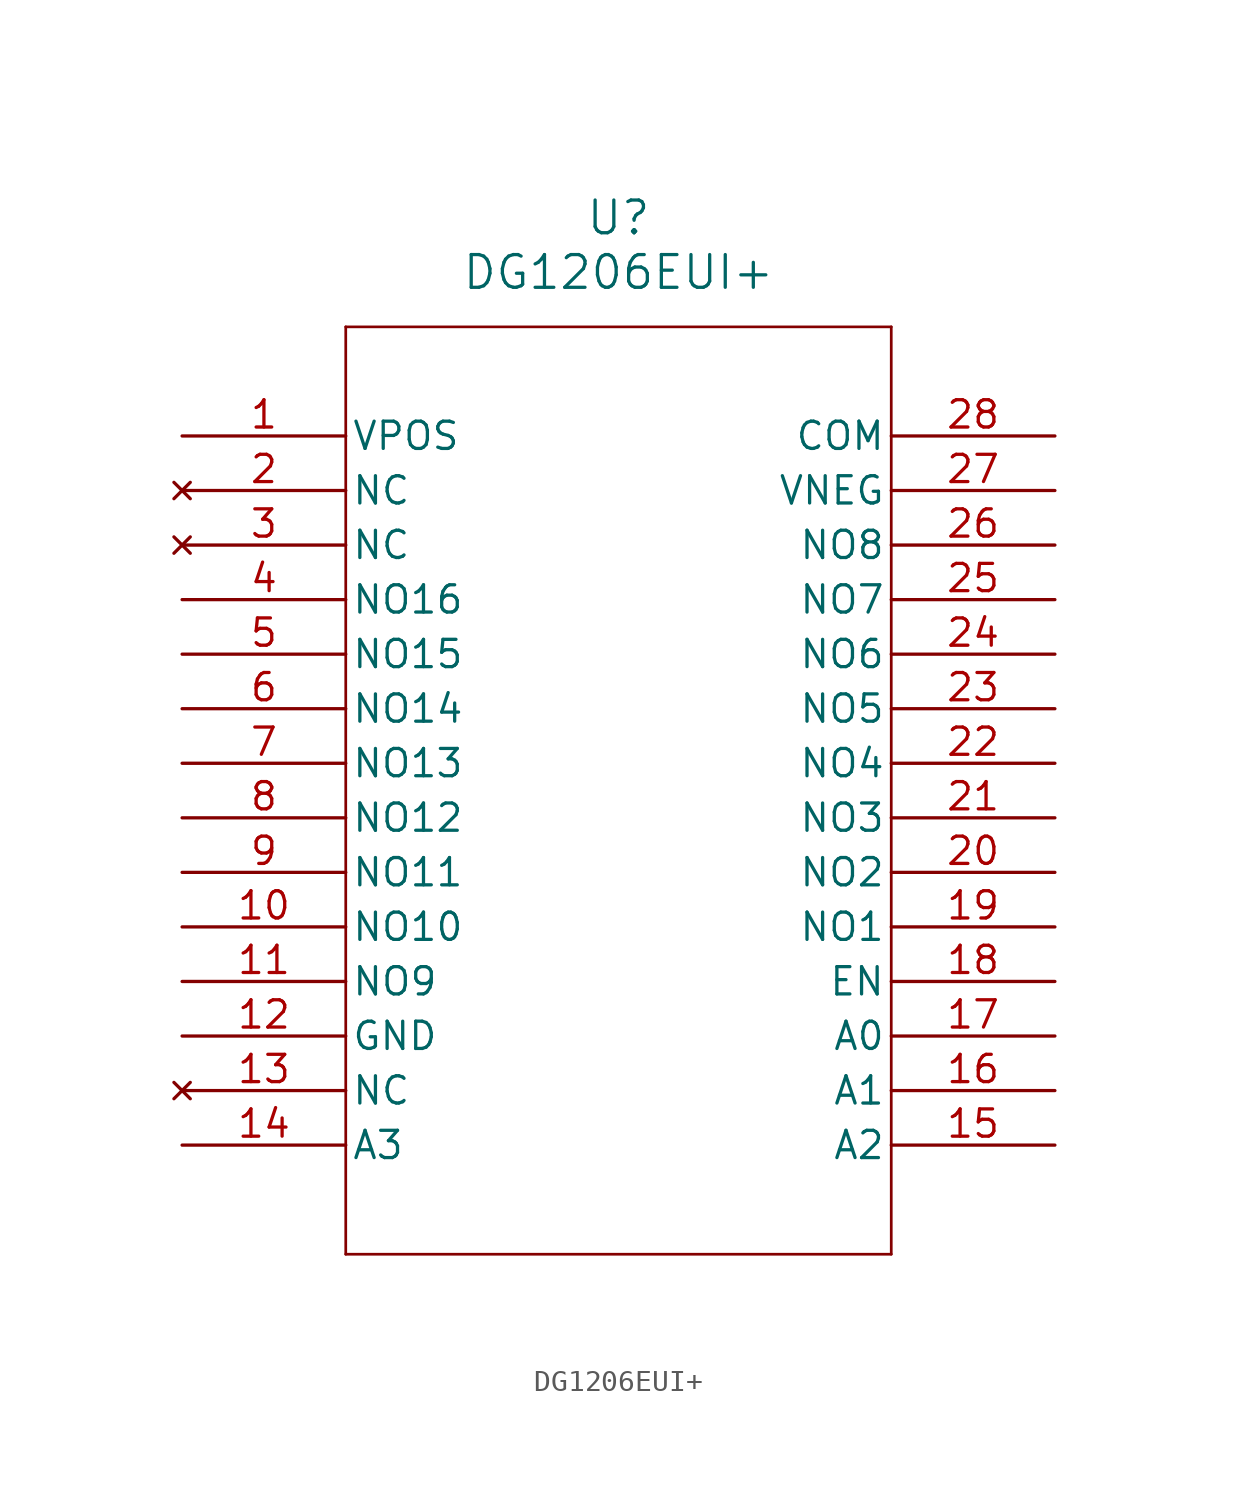
<source format=kicad_sym>
(kicad_symbol_lib
  (version 20211014)
  (generator kicad_symbol_editor)
  (symbol "DG1206EUI+"
    (pin_names
      (offset 0.254))
    (property "Reference" "U"
      (at 20.32 10.16 0)
      (effects (font (size 1.524 1.524))))
    (property "Value" "DG1206EUI+"
      (at 20.32 7.62 0)
      (effects (font (size 1.524 1.524))))
    (symbol "DG1206EUI+_0_1"
      (polyline (pts (xy 7.62 5.08) (xy 7.62 -38.1)) (stroke (width 0.127) (type default) (color 0 0 0 0)) (fill (type none)))
      (polyline (pts (xy 7.62 -38.1) (xy 33.02 -38.1)) (stroke (width 0.127) (type default) (color 0 0 0 0)) (fill (type none)))
      (polyline (pts (xy 33.02 -38.1) (xy 33.02 5.08)) (stroke (width 0.127) (type default) (color 0 0 0 0)) (fill (type none)))
      (polyline (pts (xy 33.02 5.08) (xy 7.62 5.08)) (stroke (width 0.127) (type default) (color 0 0 0 0)) (fill (type none)))
      (pin power_in line (at 0 0 0) (length 7.62) (name "VPOS" (effects (font (size 1.27 1.27)))) (number "1" (effects (font (size 1.27 1.27)))))
      (pin no_connect line (at 0 -2.54 0) (length 7.62) (name "NC" (effects (font (size 1.27 1.27)))) (number "2" (effects (font (size 1.27 1.27)))))
      (pin no_connect line (at 0 -5.08 0) (length 7.62) (name "NC" (effects (font (size 1.27 1.27)))) (number "3" (effects (font (size 1.27 1.27)))))
      (pin bidirectional line (at 0 -7.62 0) (length 7.62) (name "NO16" (effects (font (size 1.27 1.27)))) (number "4" (effects (font (size 1.27 1.27)))))
      (pin bidirectional line (at 0 -10.16 0) (length 7.62) (name "NO15" (effects (font (size 1.27 1.27)))) (number "5" (effects (font (size 1.27 1.27)))))
      (pin bidirectional line (at 0 -12.7 0) (length 7.62) (name "NO14" (effects (font (size 1.27 1.27)))) (number "6" (effects (font (size 1.27 1.27)))))
      (pin bidirectional line (at 0 -15.24 0) (length 7.62) (name "NO13" (effects (font (size 1.27 1.27)))) (number "7" (effects (font (size 1.27 1.27)))))
      (pin bidirectional line (at 0 -17.78 0) (length 7.62) (name "NO12" (effects (font (size 1.27 1.27)))) (number "8" (effects (font (size 1.27 1.27)))))
      (pin bidirectional line (at 0 -20.32 0) (length 7.62) (name "NO11" (effects (font (size 1.27 1.27)))) (number "9" (effects (font (size 1.27 1.27)))))
      (pin bidirectional line (at 0 -22.86 0) (length 7.62) (name "NO10" (effects (font (size 1.27 1.27)))) (number "10" (effects (font (size 1.27 1.27)))))
      (pin bidirectional line (at 0 -25.4 0) (length 7.62) (name "NO9" (effects (font (size 1.27 1.27)))) (number "11" (effects (font (size 1.27 1.27)))))
      (pin power_in line (at 0 -27.94 0) (length 7.62) (name "GND" (effects (font (size 1.27 1.27)))) (number "12" (effects (font (size 1.27 1.27)))))
      (pin no_connect line (at 0 -30.48 0) (length 7.62) (name "NC" (effects (font (size 1.27 1.27)))) (number "13" (effects (font (size 1.27 1.27)))))
      (pin input line (at 0 -33.02 0) (length 7.62) (name "A3" (effects (font (size 1.27 1.27)))) (number "14" (effects (font (size 1.27 1.27)))))
      (pin input line (at 40.64 -33.02 180) (length 7.62) (name "A2" (effects (font (size 1.27 1.27)))) (number "15" (effects (font (size 1.27 1.27)))))
      (pin input line (at 40.64 -30.48 180) (length 7.62) (name "A1" (effects (font (size 1.27 1.27)))) (number "16" (effects (font (size 1.27 1.27)))))
      (pin input line (at 40.64 -27.94 180) (length 7.62) (name "A0" (effects (font (size 1.27 1.27)))) (number "17" (effects (font (size 1.27 1.27)))))
      (pin input line (at 40.64 -25.4 180) (length 7.62) (name "EN" (effects (font (size 1.27 1.27)))) (number "18" (effects (font (size 1.27 1.27)))))
      (pin bidirectional line (at 40.64 -22.86 180) (length 7.62) (name "NO1" (effects (font (size 1.27 1.27)))) (number "19" (effects (font (size 1.27 1.27)))))
      (pin bidirectional line (at 40.64 -20.32 180) (length 7.62) (name "NO2" (effects (font (size 1.27 1.27)))) (number "20" (effects (font (size 1.27 1.27)))))
      (pin bidirectional line (at 40.64 -17.78 180) (length 7.62) (name "NO3" (effects (font (size 1.27 1.27)))) (number "21" (effects (font (size 1.27 1.27)))))
      (pin bidirectional line (at 40.64 -15.24 180) (length 7.62) (name "NO4" (effects (font (size 1.27 1.27)))) (number "22" (effects (font (size 1.27 1.27)))))
      (pin bidirectional line (at 40.64 -12.7 180) (length 7.62) (name "NO5" (effects (font (size 1.27 1.27)))) (number "23" (effects (font (size 1.27 1.27)))))
      (pin bidirectional line (at 40.64 -10.16 180) (length 7.62) (name "NO6" (effects (font (size 1.27 1.27)))) (number "24" (effects (font (size 1.27 1.27)))))
      (pin bidirectional line (at 40.64 -7.62 180) (length 7.62) (name "NO7" (effects (font (size 1.27 1.27)))) (number "25" (effects (font (size 1.27 1.27)))))
      (pin bidirectional line (at 40.64 -5.08 180) (length 7.62) (name "NO8" (effects (font (size 1.27 1.27)))) (number "26" (effects (font (size 1.27 1.27)))))
      (pin power_in line (at 40.64 -2.54 180) (length 7.62) (name "VNEG" (effects (font (size 1.27 1.27)))) (number "27" (effects (font (size 1.27 1.27)))))
      (pin bidirectional line (at 40.64 0 180) (length 7.62) (name "COM" (effects (font (size 1.27 1.27)))) (number "28" (effects (font (size 1.27 1.27))))))))
</source>
